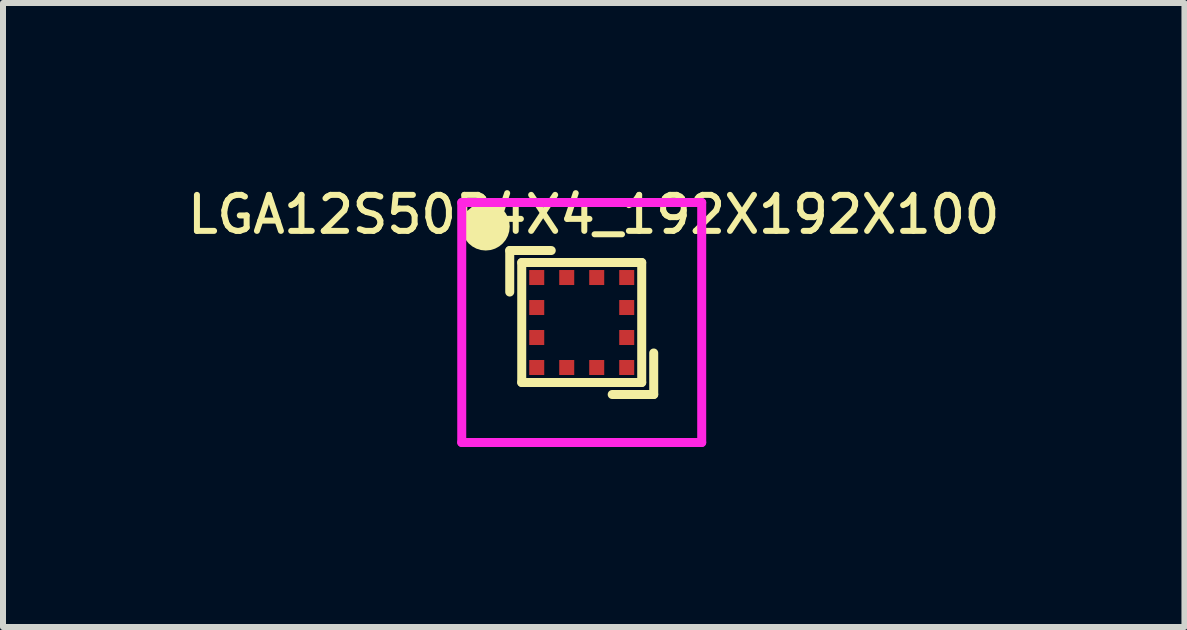
<source format=kicad_pcb>
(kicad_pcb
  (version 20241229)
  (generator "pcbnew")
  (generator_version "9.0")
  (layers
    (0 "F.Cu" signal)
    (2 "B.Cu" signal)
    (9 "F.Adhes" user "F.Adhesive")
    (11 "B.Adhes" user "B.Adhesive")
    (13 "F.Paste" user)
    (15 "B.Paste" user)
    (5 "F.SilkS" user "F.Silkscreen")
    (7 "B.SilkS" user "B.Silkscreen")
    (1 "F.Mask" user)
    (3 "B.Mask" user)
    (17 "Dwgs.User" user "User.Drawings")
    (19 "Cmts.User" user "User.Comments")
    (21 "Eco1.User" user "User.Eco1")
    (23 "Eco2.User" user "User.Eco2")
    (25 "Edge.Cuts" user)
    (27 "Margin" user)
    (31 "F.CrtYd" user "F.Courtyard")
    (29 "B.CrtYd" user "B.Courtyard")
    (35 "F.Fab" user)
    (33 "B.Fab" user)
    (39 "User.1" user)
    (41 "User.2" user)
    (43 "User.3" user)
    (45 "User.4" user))
  (footprint "LGA12S50P4X4_192X192X100"
    (layer "F.Cu")
    (at 6.647 2.326)
    (property "Reference" "LGA12S50P4X4_192X192X100" (at 0.2 -1.8 0) (layer "F.SilkS") (effects (font (size 0.6 0.6) (thickness 0.1))))
    (attr through_hole)
    (fp_line (start -1.2 -1.2) (end -1.2 -0.508) (stroke (width 0.15) (type solid)) (layer "F.SilkS"))
    (fp_line (start -1 -1) (end 1 -1) (stroke (width 0.15) (type solid)) (layer "F.SilkS"))
    (fp_line (start -1 1) (end -1 -1) (stroke (width 0.15) (type solid)) (layer "F.SilkS"))
    (fp_line (start -0.508 -1.2) (end -1.2 -1.2) (stroke (width 0.15) (type solid)) (layer "F.SilkS"))
    (fp_line (start 1 -1) (end 1 1) (stroke (width 0.15) (type solid)) (layer "F.SilkS"))
    (fp_line (start 1 1) (end -1 1) (stroke (width 0.15) (type solid)) (layer "F.SilkS"))
    (fp_line (start 1.2 0.508) (end 1.2 1.2) (stroke (width 0.15) (type solid)) (layer "F.SilkS"))
    (fp_line (start 1.2 1.2) (end 0.508 1.2) (stroke (width 0.15) (type solid)) (layer "F.SilkS"))
    (fp_circle (center -1.6 -1.6) (end -1.4 -1.6) (stroke (width 0.4) (type solid)) (fill no) (layer "F.SilkS"))
    (fp_line (start -2 -2) (end 2 -2) (stroke (width 0.15) (type solid)) (layer "F.CrtYd"))
    (fp_line (start -2 2) (end -2 -2) (stroke (width 0.15) (type solid)) (layer "F.CrtYd"))
    (fp_line (start 2 -2) (end 2 2) (stroke (width 0.15) (type solid)) (layer "F.CrtYd"))
    (fp_line (start 2 2) (end -2 2) (stroke (width 0.15) (type solid)) (layer "F.CrtYd"))
    (pad "1" smd rect (at -0.75 -0.75) (size 0.25 0.25) (layers "F.Cu" "F.Mask" "F.Paste"))
    (pad "2" smd rect (at -0.75 -0.25) (size 0.25 0.25) (layers "F.Cu" "F.Mask" "F.Paste"))
    (pad "3" smd rect (at -0.75 0.25) (size 0.25 0.25) (layers "F.Cu" "F.Mask" "F.Paste"))
    (pad "4" smd rect (at -0.75 0.75) (size 0.25 0.25) (layers "F.Cu" "F.Mask" "F.Paste"))
    (pad "5" smd rect (at -0.25 0.75) (size 0.25 0.25) (layers "F.Cu" "F.Mask" "F.Paste"))
    (pad "6" smd rect (at 0.25 0.75) (size 0.25 0.25) (layers "F.Cu" "F.Mask" "F.Paste"))
    (pad "7" smd rect (at 0.75 0.75) (size 0.25 0.25) (layers "F.Cu" "F.Mask" "F.Paste"))
    (pad "8" smd rect (at 0.75 0.25) (size 0.25 0.25) (layers "F.Cu" "F.Mask" "F.Paste"))
    (pad "9" smd rect (at 0.75 -0.25) (size 0.25 0.25) (layers "F.Cu" "F.Mask" "F.Paste"))
    (pad "10" smd rect (at 0.75 -0.75) (size 0.25 0.25) (layers "F.Cu" "F.Mask" "F.Paste"))
    (pad "11" smd rect (at 0.25 -0.75) (size 0.25 0.25) (layers "F.Cu" "F.Mask" "F.Paste"))
    (pad "12" smd rect (at -0.25 -0.75) (size 0.25 0.25) (layers "F.Cu" "F.Mask" "F.Paste")))
  (gr_rect
    (start -3 -3)
    (end 16.694 7.402)
    (stroke (width 0.1) (type default))
    (fill no)
    (layer "Edge.Cuts")))
</source>
